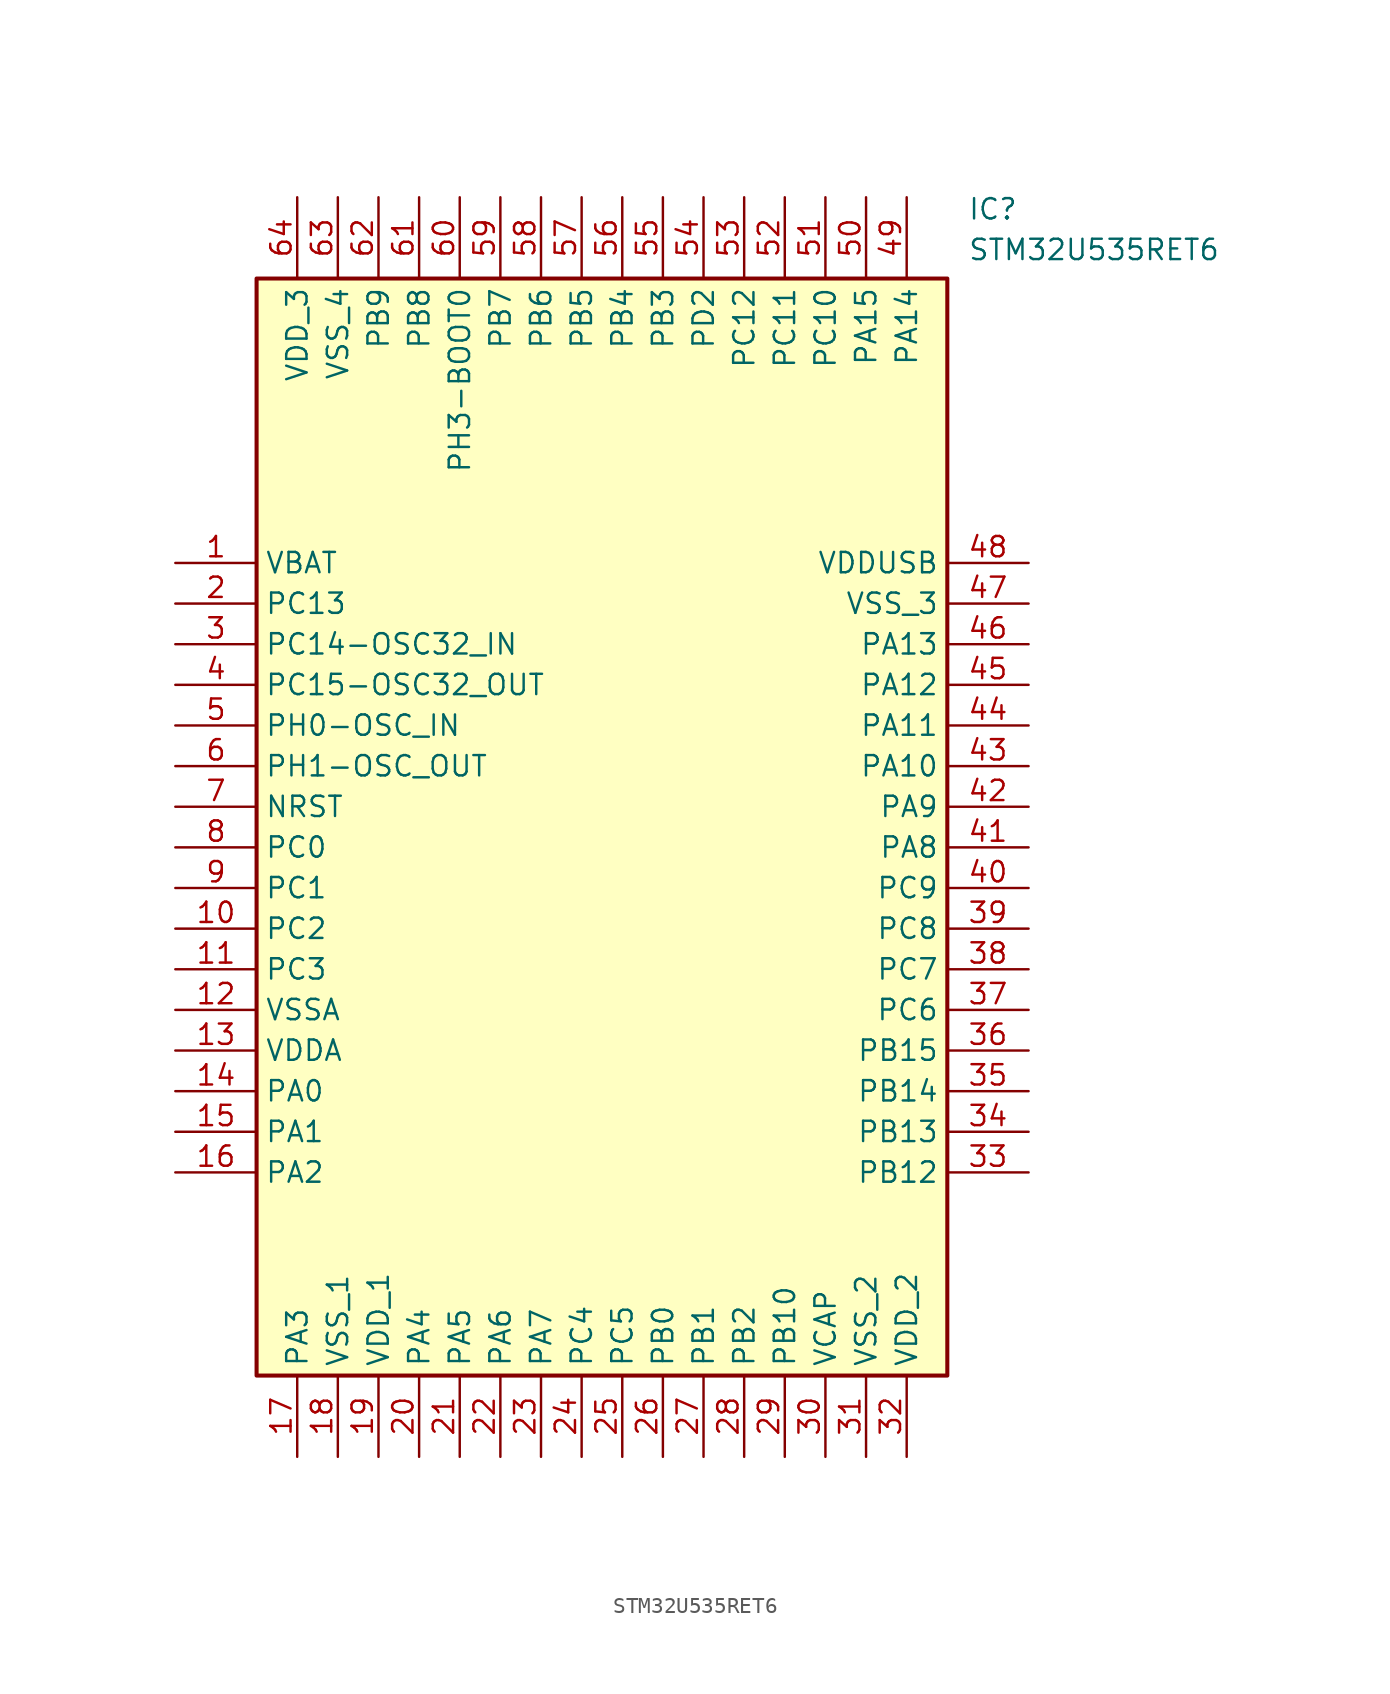
<source format=kicad_sym>
(kicad_symbol_lib
  (version 20211014)
  (generator SamacSys_ECAD_Model)
  (symbol "STM32U535RET6"
    (property "Reference" "IC"
      (at 49.53 22.86 0)
      (effects (font (size 1.27 1.27)) (justify left top)))
    (property "Value" "STM32U535RET6"
      (at 49.53 20.32 0)
      (effects (font (size 1.27 1.27)) (justify left top)))
    (rectangle
      (start 5.08 17.78)
      (end 48.26 -50.8)
      (stroke (width 0.254) (type default))
      (fill (type background)))
    (pin passive line
      (at 0 0 0)
      (length 5.08)
      (name "VBAT" (effects (font (size 1.27 1.27))))
      (number "1" (effects (font (size 1.27 1.27)))))
    (pin passive line
      (at 0 -2.54 0)
      (length 5.08)
      (name "PC13" (effects (font (size 1.27 1.27))))
      (number "2" (effects (font (size 1.27 1.27)))))
    (pin passive line
      (at 0 -5.08 0)
      (length 5.08)
      (name "PC14-OSC32_IN" (effects (font (size 1.27 1.27))))
      (number "3" (effects (font (size 1.27 1.27)))))
    (pin passive line
      (at 0 -7.62 0)
      (length 5.08)
      (name "PC15-OSC32_OUT" (effects (font (size 1.27 1.27))))
      (number "4" (effects (font (size 1.27 1.27)))))
    (pin passive line
      (at 0 -10.16 0)
      (length 5.08)
      (name "PH0-OSC_IN" (effects (font (size 1.27 1.27))))
      (number "5" (effects (font (size 1.27 1.27)))))
    (pin passive line
      (at 0 -12.7 0)
      (length 5.08)
      (name "PH1-OSC_OUT" (effects (font (size 1.27 1.27))))
      (number "6" (effects (font (size 1.27 1.27)))))
    (pin passive line
      (at 0 -15.24 0)
      (length 5.08)
      (name "NRST" (effects (font (size 1.27 1.27))))
      (number "7" (effects (font (size 1.27 1.27)))))
    (pin passive line
      (at 0 -17.78 0)
      (length 5.08)
      (name "PC0" (effects (font (size 1.27 1.27))))
      (number "8" (effects (font (size 1.27 1.27)))))
    (pin passive line
      (at 0 -20.32 0)
      (length 5.08)
      (name "PC1" (effects (font (size 1.27 1.27))))
      (number "9" (effects (font (size 1.27 1.27)))))
    (pin passive line
      (at 0 -22.86 0)
      (length 5.08)
      (name "PC2" (effects (font (size 1.27 1.27))))
      (number "10" (effects (font (size 1.27 1.27)))))
    (pin passive line
      (at 0 -25.4 0)
      (length 5.08)
      (name "PC3" (effects (font (size 1.27 1.27))))
      (number "11" (effects (font (size 1.27 1.27)))))
    (pin passive line
      (at 0 -27.94 0)
      (length 5.08)
      (name "VSSA" (effects (font (size 1.27 1.27))))
      (number "12" (effects (font (size 1.27 1.27)))))
    (pin passive line
      (at 0 -30.48 0)
      (length 5.08)
      (name "VDDA" (effects (font (size 1.27 1.27))))
      (number "13" (effects (font (size 1.27 1.27)))))
    (pin passive line
      (at 0 -33.02 0)
      (length 5.08)
      (name "PA0" (effects (font (size 1.27 1.27))))
      (number "14" (effects (font (size 1.27 1.27)))))
    (pin passive line
      (at 0 -35.56 0)
      (length 5.08)
      (name "PA1" (effects (font (size 1.27 1.27))))
      (number "15" (effects (font (size 1.27 1.27)))))
    (pin passive line
      (at 0 -38.1 0)
      (length 5.08)
      (name "PA2" (effects (font (size 1.27 1.27))))
      (number "16" (effects (font (size 1.27 1.27)))))
    (pin passive line
      (at 7.62 -55.88 90)
      (length 5.08)
      (name "PA3" (effects (font (size 1.27 1.27))))
      (number "17" (effects (font (size 1.27 1.27)))))
    (pin passive line
      (at 10.16 -55.88 90)
      (length 5.08)
      (name "VSS_1" (effects (font (size 1.27 1.27))))
      (number "18" (effects (font (size 1.27 1.27)))))
    (pin passive line
      (at 12.7 -55.88 90)
      (length 5.08)
      (name "VDD_1" (effects (font (size 1.27 1.27))))
      (number "19" (effects (font (size 1.27 1.27)))))
    (pin passive line
      (at 15.24 -55.88 90)
      (length 5.08)
      (name "PA4" (effects (font (size 1.27 1.27))))
      (number "20" (effects (font (size 1.27 1.27)))))
    (pin passive line
      (at 17.78 -55.88 90)
      (length 5.08)
      (name "PA5" (effects (font (size 1.27 1.27))))
      (number "21" (effects (font (size 1.27 1.27)))))
    (pin passive line
      (at 20.32 -55.88 90)
      (length 5.08)
      (name "PA6" (effects (font (size 1.27 1.27))))
      (number "22" (effects (font (size 1.27 1.27)))))
    (pin passive line
      (at 22.86 -55.88 90)
      (length 5.08)
      (name "PA7" (effects (font (size 1.27 1.27))))
      (number "23" (effects (font (size 1.27 1.27)))))
    (pin passive line
      (at 25.4 -55.88 90)
      (length 5.08)
      (name "PC4" (effects (font (size 1.27 1.27))))
      (number "24" (effects (font (size 1.27 1.27)))))
    (pin passive line
      (at 27.94 -55.88 90)
      (length 5.08)
      (name "PC5" (effects (font (size 1.27 1.27))))
      (number "25" (effects (font (size 1.27 1.27)))))
    (pin passive line
      (at 30.48 -55.88 90)
      (length 5.08)
      (name "PB0" (effects (font (size 1.27 1.27))))
      (number "26" (effects (font (size 1.27 1.27)))))
    (pin passive line
      (at 33.02 -55.88 90)
      (length 5.08)
      (name "PB1" (effects (font (size 1.27 1.27))))
      (number "27" (effects (font (size 1.27 1.27)))))
    (pin passive line
      (at 35.56 -55.88 90)
      (length 5.08)
      (name "PB2" (effects (font (size 1.27 1.27))))
      (number "28" (effects (font (size 1.27 1.27)))))
    (pin passive line
      (at 38.1 -55.88 90)
      (length 5.08)
      (name "PB10" (effects (font (size 1.27 1.27))))
      (number "29" (effects (font (size 1.27 1.27)))))
    (pin passive line
      (at 40.64 -55.88 90)
      (length 5.08)
      (name "VCAP" (effects (font (size 1.27 1.27))))
      (number "30" (effects (font (size 1.27 1.27)))))
    (pin passive line
      (at 43.18 -55.88 90)
      (length 5.08)
      (name "VSS_2" (effects (font (size 1.27 1.27))))
      (number "31" (effects (font (size 1.27 1.27)))))
    (pin passive line
      (at 45.72 -55.88 90)
      (length 5.08)
      (name "VDD_2" (effects (font (size 1.27 1.27))))
      (number "32" (effects (font (size 1.27 1.27)))))
    (pin passive line
      (at 53.34 0 180)
      (length 5.08)
      (name "VDDUSB" (effects (font (size 1.27 1.27))))
      (number "48" (effects (font (size 1.27 1.27)))))
    (pin passive line
      (at 53.34 -2.54 180)
      (length 5.08)
      (name "VSS_3" (effects (font (size 1.27 1.27))))
      (number "47" (effects (font (size 1.27 1.27)))))
    (pin passive line
      (at 53.34 -5.08 180)
      (length 5.08)
      (name "PA13" (effects (font (size 1.27 1.27))))
      (number "46" (effects (font (size 1.27 1.27)))))
    (pin passive line
      (at 53.34 -7.62 180)
      (length 5.08)
      (name "PA12" (effects (font (size 1.27 1.27))))
      (number "45" (effects (font (size 1.27 1.27)))))
    (pin passive line
      (at 53.34 -10.16 180)
      (length 5.08)
      (name "PA11" (effects (font (size 1.27 1.27))))
      (number "44" (effects (font (size 1.27 1.27)))))
    (pin passive line
      (at 53.34 -12.7 180)
      (length 5.08)
      (name "PA10" (effects (font (size 1.27 1.27))))
      (number "43" (effects (font (size 1.27 1.27)))))
    (pin passive line
      (at 53.34 -15.24 180)
      (length 5.08)
      (name "PA9" (effects (font (size 1.27 1.27))))
      (number "42" (effects (font (size 1.27 1.27)))))
    (pin passive line
      (at 53.34 -17.78 180)
      (length 5.08)
      (name "PA8" (effects (font (size 1.27 1.27))))
      (number "41" (effects (font (size 1.27 1.27)))))
    (pin passive line
      (at 53.34 -20.32 180)
      (length 5.08)
      (name "PC9" (effects (font (size 1.27 1.27))))
      (number "40" (effects (font (size 1.27 1.27)))))
    (pin passive line
      (at 53.34 -22.86 180)
      (length 5.08)
      (name "PC8" (effects (font (size 1.27 1.27))))
      (number "39" (effects (font (size 1.27 1.27)))))
    (pin passive line
      (at 53.34 -25.4 180)
      (length 5.08)
      (name "PC7" (effects (font (size 1.27 1.27))))
      (number "38" (effects (font (size 1.27 1.27)))))
    (pin passive line
      (at 53.34 -27.94 180)
      (length 5.08)
      (name "PC6" (effects (font (size 1.27 1.27))))
      (number "37" (effects (font (size 1.27 1.27)))))
    (pin passive line
      (at 53.34 -30.48 180)
      (length 5.08)
      (name "PB15" (effects (font (size 1.27 1.27))))
      (number "36" (effects (font (size 1.27 1.27)))))
    (pin passive line
      (at 53.34 -33.02 180)
      (length 5.08)
      (name "PB14" (effects (font (size 1.27 1.27))))
      (number "35" (effects (font (size 1.27 1.27)))))
    (pin passive line
      (at 53.34 -35.56 180)
      (length 5.08)
      (name "PB13" (effects (font (size 1.27 1.27))))
      (number "34" (effects (font (size 1.27 1.27)))))
    (pin passive line
      (at 53.34 -38.1 180)
      (length 5.08)
      (name "PB12" (effects (font (size 1.27 1.27))))
      (number "33" (effects (font (size 1.27 1.27)))))
    (pin passive line
      (at 7.62 22.86 270)
      (length 5.08)
      (name "VDD_3" (effects (font (size 1.27 1.27))))
      (number "64" (effects (font (size 1.27 1.27)))))
    (pin passive line
      (at 10.16 22.86 270)
      (length 5.08)
      (name "VSS_4" (effects (font (size 1.27 1.27))))
      (number "63" (effects (font (size 1.27 1.27)))))
    (pin passive line
      (at 12.7 22.86 270)
      (length 5.08)
      (name "PB9" (effects (font (size 1.27 1.27))))
      (number "62" (effects (font (size 1.27 1.27)))))
    (pin passive line
      (at 15.24 22.86 270)
      (length 5.08)
      (name "PB8" (effects (font (size 1.27 1.27))))
      (number "61" (effects (font (size 1.27 1.27)))))
    (pin passive line
      (at 17.78 22.86 270)
      (length 5.08)
      (name "PH3-BOOT0" (effects (font (size 1.27 1.27))))
      (number "60" (effects (font (size 1.27 1.27)))))
    (pin passive line
      (at 20.32 22.86 270)
      (length 5.08)
      (name "PB7" (effects (font (size 1.27 1.27))))
      (number "59" (effects (font (size 1.27 1.27)))))
    (pin passive line
      (at 22.86 22.86 270)
      (length 5.08)
      (name "PB6" (effects (font (size 1.27 1.27))))
      (number "58" (effects (font (size 1.27 1.27)))))
    (pin passive line
      (at 25.4 22.86 270)
      (length 5.08)
      (name "PB5" (effects (font (size 1.27 1.27))))
      (number "57" (effects (font (size 1.27 1.27)))))
    (pin passive line
      (at 27.94 22.86 270)
      (length 5.08)
      (name "PB4" (effects (font (size 1.27 1.27))))
      (number "56" (effects (font (size 1.27 1.27)))))
    (pin passive line
      (at 30.48 22.86 270)
      (length 5.08)
      (name "PB3" (effects (font (size 1.27 1.27))))
      (number "55" (effects (font (size 1.27 1.27)))))
    (pin passive line
      (at 33.02 22.86 270)
      (length 5.08)
      (name "PD2" (effects (font (size 1.27 1.27))))
      (number "54" (effects (font (size 1.27 1.27)))))
    (pin passive line
      (at 35.56 22.86 270)
      (length 5.08)
      (name "PC12" (effects (font (size 1.27 1.27))))
      (number "53" (effects (font (size 1.27 1.27)))))
    (pin passive line
      (at 38.1 22.86 270)
      (length 5.08)
      (name "PC11" (effects (font (size 1.27 1.27))))
      (number "52" (effects (font (size 1.27 1.27)))))
    (pin passive line
      (at 40.64 22.86 270)
      (length 5.08)
      (name "PC10" (effects (font (size 1.27 1.27))))
      (number "51" (effects (font (size 1.27 1.27)))))
    (pin passive line
      (at 43.18 22.86 270)
      (length 5.08)
      (name "PA15" (effects (font (size 1.27 1.27))))
      (number "50" (effects (font (size 1.27 1.27)))))
    (pin passive line
      (at 45.72 22.86 270)
      (length 5.08)
      (name "PA14" (effects (font (size 1.27 1.27))))
      (number "49" (effects (font (size 1.27 1.27)))))))
</source>
